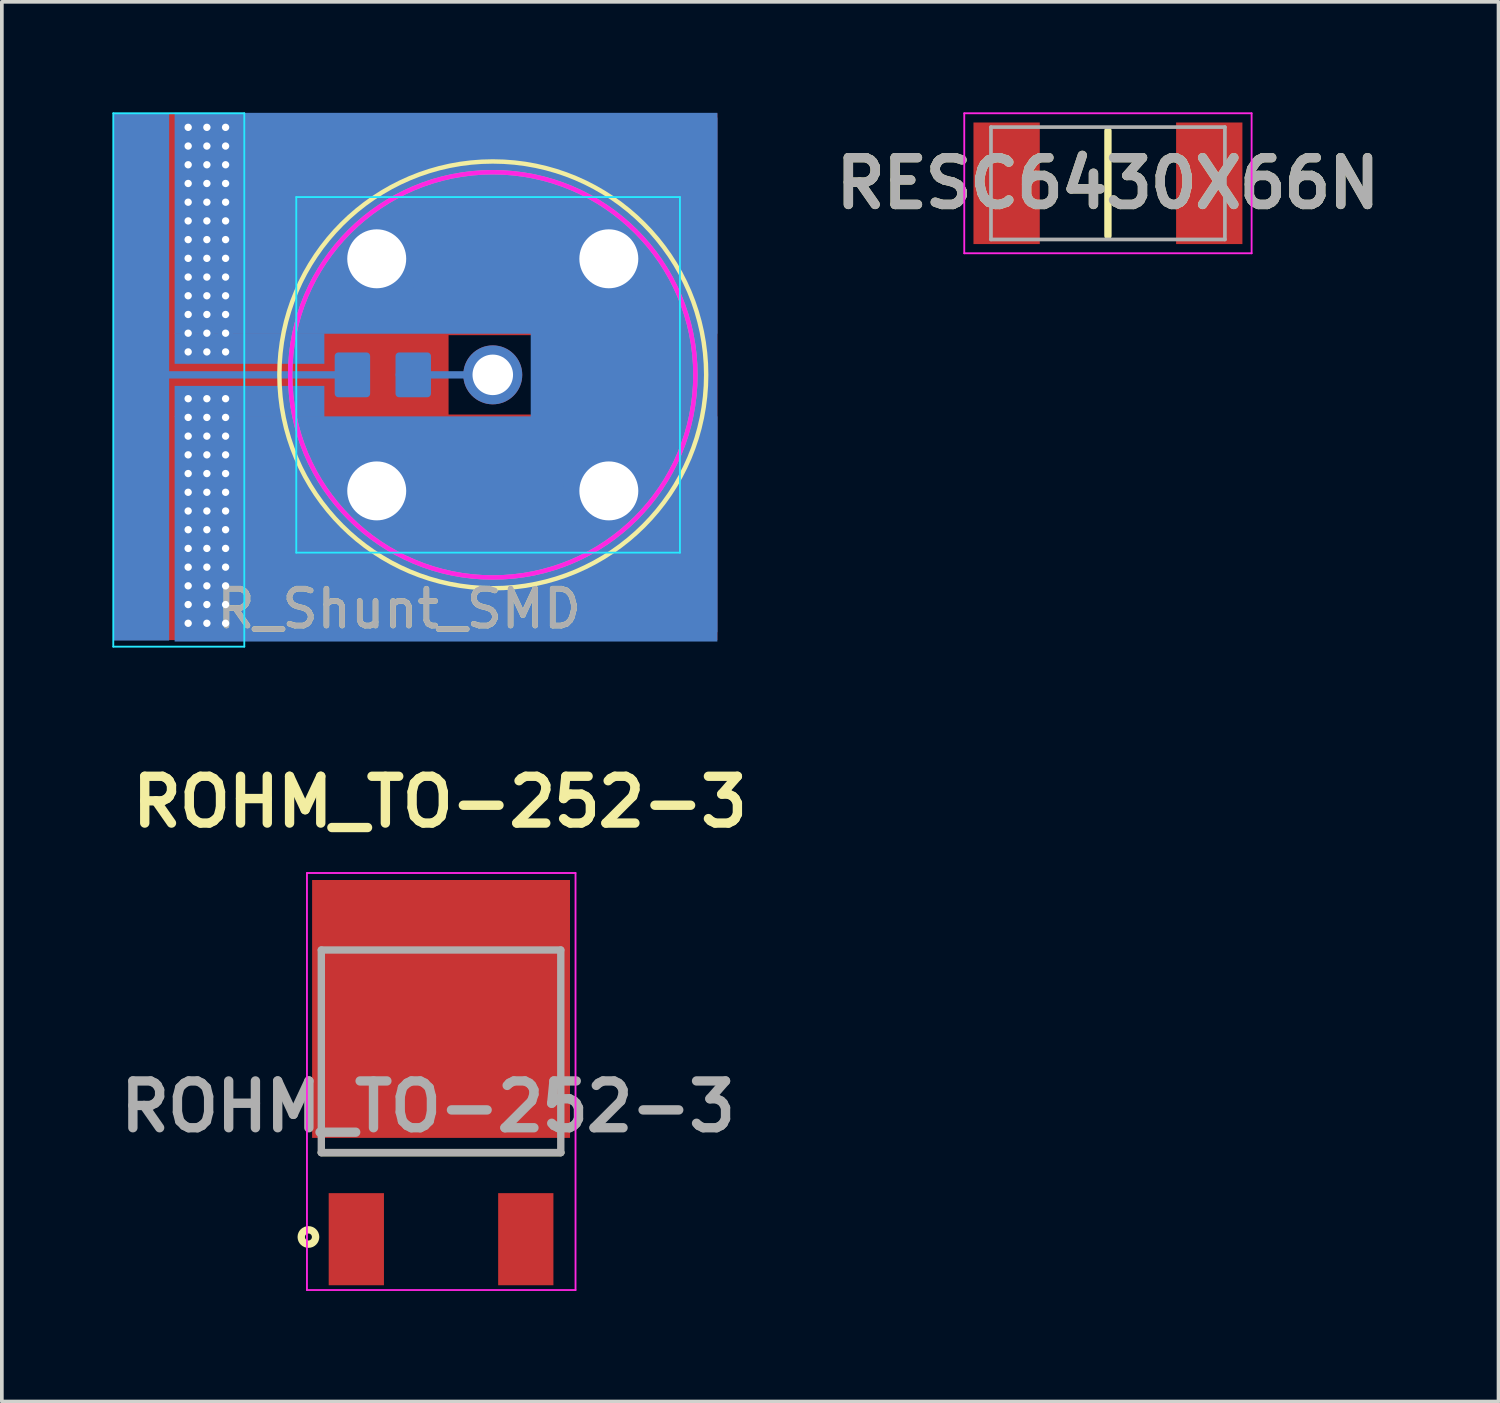
<source format=kicad_pcb>
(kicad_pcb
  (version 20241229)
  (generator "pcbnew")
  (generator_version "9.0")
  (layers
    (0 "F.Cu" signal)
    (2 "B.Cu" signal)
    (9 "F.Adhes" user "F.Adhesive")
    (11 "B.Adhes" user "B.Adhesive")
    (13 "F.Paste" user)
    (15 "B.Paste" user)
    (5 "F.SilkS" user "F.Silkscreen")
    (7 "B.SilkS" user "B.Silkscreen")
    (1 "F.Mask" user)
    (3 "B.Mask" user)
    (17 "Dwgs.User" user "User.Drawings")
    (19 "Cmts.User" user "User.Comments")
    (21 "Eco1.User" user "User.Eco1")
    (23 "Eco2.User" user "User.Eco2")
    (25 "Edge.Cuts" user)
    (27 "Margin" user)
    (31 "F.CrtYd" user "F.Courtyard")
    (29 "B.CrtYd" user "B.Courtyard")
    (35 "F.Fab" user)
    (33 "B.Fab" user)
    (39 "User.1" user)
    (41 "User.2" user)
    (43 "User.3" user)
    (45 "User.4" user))
  (footprint "RESC6430X66N"
    (layer "F.Cu")
    (at 27.024 1.925)
    (property "Reference" "RESC6430X66N" (at 0 0 0) (layer "F.SilkS") (effects (font (size 1.27 1.27) (thickness 0.254))))
    (attr smd)
    (fp_line (start 0 -1.425) (end 0 1.425) (stroke (width 0.2) (type solid)) (layer "F.SilkS"))
    (fp_line (start -3.9 -1.9) (end 3.9 -1.9) (stroke (width 0.05) (type solid)) (layer "F.CrtYd"))
    (fp_line (start -3.9 1.9) (end -3.9 -1.9) (stroke (width 0.05) (type solid)) (layer "F.CrtYd"))
    (fp_line (start 3.9 -1.9) (end 3.9 1.9) (stroke (width 0.05) (type solid)) (layer "F.CrtYd"))
    (fp_line (start 3.9 1.9) (end -3.9 1.9) (stroke (width 0.05) (type solid)) (layer "F.CrtYd"))
    (fp_line (start -3.175 -1.525) (end 3.175 -1.525) (stroke (width 0.1) (type solid)) (layer "F.Fab"))
    (fp_line (start -3.175 1.525) (end -3.175 -1.525) (stroke (width 0.1) (type solid)) (layer "F.Fab"))
    (fp_line (start 3.175 -1.525) (end 3.175 1.525) (stroke (width 0.1) (type solid)) (layer "F.Fab"))
    (fp_line (start 3.175 1.525) (end -3.175 1.525) (stroke (width 0.1) (type solid)) (layer "F.Fab"))
    (fp_text user "${REFERENCE}" (at 0 0 0) (layer "F.Fab") (effects (font (size 1.27 1.27) (thickness 0.254))))
    (pad "1" smd rect (at -2.75 0) (size 1.8 3.3) (layers "F.Cu" "F.Mask" "F.Paste"))
    (pad "2" smd rect (at 2.75 0) (size 1.8 3.3) (layers "F.Cu" "F.Mask" "F.Paste")))
  (footprint "R_Shunt_SMD"
    (layer "F.Cu")
    (at 10.326 7.125)
    (property "Reference" "R_Shunt_SMD" (at -2.54 6.35 0) (unlocked yes) (layer "F.SilkS") (effects (font (size 1 1) (thickness 0.15))))
    (attr allow_soldermask_bridges)
    (fp_rect (start -10.285 -7.088) (end -1.2 7.2) (stroke (width 0) (type solid)) (fill yes) (layer "F.Cu"))
    (fp_rect (start -3 1.077) (end 2.2 7.2) (stroke (width 0) (type solid)) (fill yes) (layer "F.Cu"))
    (fp_rect (start -2.4 -7.1) (end 2.8 -1.077) (stroke (width 0) (type solid)) (fill yes) (layer "F.Cu"))
    (fp_rect (start 1.1 -7.1) (end 6.096 7.2) (stroke (width 0) (type solid)) (fill yes) (layer "F.Cu"))
    (fp_line (start -3.81 0) (end -9.271 0) (stroke (width 0.2) (type solid)) (layer "B.Cu"))
    (fp_line (start 0 0) (end -2.54 0) (stroke (width 0.2) (type solid)) (layer "B.Cu"))
    (fp_rect (start -8.636 -7.112) (end 6.096 -1.116) (stroke (width 0) (type solid)) (fill yes) (layer "B.Cu"))
    (fp_rect (start -8.636 -1.131) (end -4.572 -0.3) (stroke (width 0) (type solid)) (fill yes) (layer "B.Cu"))
    (fp_rect (start -8.636 0.3) (end -4.572 1.143) (stroke (width 0) (type solid)) (fill yes) (layer "B.Cu"))
    (fp_rect (start -8.636 1.127) (end 6.096 7.239) (stroke (width 0) (type solid)) (fill yes) (layer "B.Cu"))
    (fp_rect (start -4.191 -0.508) (end -3.429 0.508) (stroke (width 0.2) (type solid)) (fill yes) (layer "B.Cu"))
    (fp_rect (start -2.54 -0.508) (end -1.778 0.508) (stroke (width 0.2) (type solid)) (fill yes) (layer "B.Cu"))
    (fp_rect (start 6.096 -6.985) (end 1.03 6.985) (stroke (width 0) (type solid)) (fill yes) (layer "B.Cu"))
    (fp_rect (start -10.175 -6.985) (end -8.875 7.115) (stroke (width 0.2) (type solid)) (fill yes) (layer "B.Mask"))
    (fp_rect (start -8.585 -6.985) (end -6.985 -0.366) (stroke (width 0.2) (type solid)) (fill yes) (layer "B.Mask"))
    (fp_rect (start -8.561 0.447) (end -6.961 7.147) (stroke (width 0.2) (type solid)) (fill yes) (layer "B.Mask"))
    (fp_rect (start -4.2 -0.508) (end -3.438 0.508) (stroke (width 0.2) (type solid)) (fill yes) (layer "B.Mask"))
    (fp_rect (start -2.565 -0.508) (end -1.803 0.508) (stroke (width 0.2) (type solid)) (fill yes) (layer "B.Mask"))
    (fp_circle (center 0 0) (end 5.791 0.127) (stroke (width 0.12) (type solid)) (fill no) (layer "F.SilkS"))
    (fp_rect (start -10.185 -6.988) (end -8.885 7.112) (stroke (width 0.2) (type solid)) (fill yes) (layer "B.Paste"))
    (fp_rect (start -8.585 -6.988) (end -6.985 -0.369) (stroke (width 0.2) (type solid)) (fill yes) (layer "B.Paste"))
    (fp_rect (start -8.585 0.412) (end -6.985 7.112) (stroke (width 0.2) (type solid)) (fill yes) (layer "B.Paste"))
    (fp_rect (start -4.2 -0.508) (end -3.438 0.508) (stroke (width 0.2) (type solid)) (fill yes) (layer "B.Paste"))
    (fp_rect (start -2.562 -0.508) (end -1.8 0.508) (stroke (width 0.2) (type solid)) (fill yes) (layer "B.Paste"))
    (fp_line (start -10.301 -7.1) (end -6.745 -7.1) (stroke (width 0.05) (type solid)) (layer "B.CrtYd"))
    (fp_line (start -10.301 7.378) (end -10.301 -7.1) (stroke (width 0.05) (type solid)) (layer "B.CrtYd"))
    (fp_line (start -6.745 -7.1) (end -6.745 7.378) (stroke (width 0.05) (type solid)) (layer "B.CrtYd"))
    (fp_line (start -6.745 7.378) (end -10.301 7.378) (stroke (width 0.05) (type solid)) (layer "B.CrtYd"))
    (fp_line (start -5.334 -4.826) (end 5.08 -4.826) (stroke (width 0.05) (type solid)) (layer "B.CrtYd"))
    (fp_line (start -5.334 4.826) (end -5.334 -4.826) (stroke (width 0.05) (type solid)) (layer "B.CrtYd"))
    (fp_line (start 5.08 -4.826) (end 5.08 4.826) (stroke (width 0.05) (type solid)) (layer "B.CrtYd"))
    (fp_line (start 5.08 4.826) (end -5.334 4.826) (stroke (width 0.05) (type solid)) (layer "B.CrtYd"))
    (fp_circle (center 0 0) (end 5.5 0) (stroke (width 0.12) (type solid)) (fill no) (layer "F.CrtYd"))
    (fp_circle (center 0 0) (end 5.5 0) (stroke (width 0.12) (type solid)) (fill no) (layer "F.Fab"))
    (fp_text user "${REFERENCE}" (at -2.54 6.35 0) (unlocked yes) (layer "F.Fab") (effects (font (size 1 1) (thickness 0.15))))
    (pad "" thru_hole circle (at 0 0) (size 1.6 1.6) (drill 1.1) (layers "*.Cu" "*.Mask"))
    (pad "1" smd rect (at -9.535 0.062) (size 1.5 14.3) (layers "B.Cu"))
    (pad "2" thru_hole circle (at -8.269 -6.719) (size 0.4 0.4) (drill 0.2) (layers "*.Cu" "*.Mask"))
    (pad "2" thru_hole circle (at -8.269 -6.211) (size 0.4 0.4) (drill 0.2) (layers "*.Cu" "*.Mask"))
    (pad "2" thru_hole circle (at -8.269 -5.703) (size 0.4 0.4) (drill 0.2) (layers "*.Cu" "*.Mask"))
    (pad "2" thru_hole circle (at -8.269 -5.195) (size 0.4 0.4) (drill 0.2) (layers "*.Cu" "*.Mask"))
    (pad "2" thru_hole circle (at -8.269 -4.687) (size 0.4 0.4) (drill 0.2) (layers "*.Cu" "*.Mask"))
    (pad "2" thru_hole circle (at -8.269 -4.179) (size 0.4 0.4) (drill 0.2) (layers "*.Cu" "*.Mask"))
    (pad "2" thru_hole circle (at -8.269 -3.671) (size 0.4 0.4) (drill 0.2) (layers "*.Cu" "*.Mask"))
    (pad "2" thru_hole circle (at -8.269 -3.163) (size 0.4 0.4) (drill 0.2) (layers "*.Cu" "*.Mask"))
    (pad "2" thru_hole circle (at -8.269 -2.655) (size 0.4 0.4) (drill 0.2) (layers "*.Cu" "*.Mask"))
    (pad "2" thru_hole circle (at -8.269 -2.147) (size 0.4 0.4) (drill 0.2) (layers "*.Cu" "*.Mask"))
    (pad "2" thru_hole circle (at -8.269 -1.639) (size 0.4 0.4) (drill 0.2) (layers "*.Cu" "*.Mask"))
    (pad "2" thru_hole circle (at -8.269 -1.131) (size 0.4 0.4) (drill 0.2) (layers "*.Cu" "*.Mask"))
    (pad "2" thru_hole circle (at -8.269 -0.623) (size 0.4 0.4) (drill 0.2) (layers "*.Cu" "*.Mask"))
    (pad "2" thru_hole circle (at -8.269 0.647) (size 0.4 0.4) (drill 0.2) (layers "*.Cu" "*.Mask"))
    (pad "2" thru_hole circle (at -8.269 1.155) (size 0.4 0.4) (drill 0.2) (layers "*.Cu" "*.Mask"))
    (pad "2" thru_hole circle (at -8.269 1.663) (size 0.4 0.4) (drill 0.2) (layers "*.Cu" "*.Mask"))
    (pad "2" thru_hole circle (at -8.269 2.171) (size 0.4 0.4) (drill 0.2) (layers "*.Cu" "*.Mask"))
    (pad "2" thru_hole circle (at -8.269 2.679) (size 0.4 0.4) (drill 0.2) (layers "*.Cu" "*.Mask"))
    (pad "2" thru_hole circle (at -8.269 3.187) (size 0.4 0.4) (drill 0.2) (layers "*.Cu" "*.Mask"))
    (pad "2" thru_hole circle (at -8.269 3.695) (size 0.4 0.4) (drill 0.2) (layers "*.Cu" "*.Mask"))
    (pad "2" thru_hole circle (at -8.269 4.203) (size 0.4 0.4) (drill 0.2) (layers "*.Cu" "*.Mask"))
    (pad "2" thru_hole circle (at -8.269 4.711) (size 0.4 0.4) (drill 0.2) (layers "*.Cu" "*.Mask"))
    (pad "2" thru_hole circle (at -8.269 5.219) (size 0.4 0.4) (drill 0.2) (layers "*.Cu" "*.Mask"))
    (pad "2" thru_hole circle (at -8.269 5.727) (size 0.4 0.4) (drill 0.2) (layers "*.Cu" "*.Mask"))
    (pad "2" thru_hole circle (at -8.269 6.235) (size 0.4 0.4) (drill 0.2) (layers "*.Cu" "*.Mask"))
    (pad "2" thru_hole circle (at -8.269 6.743) (size 0.4 0.4) (drill 0.2) (layers "*.Cu" "*.Mask"))
    (pad "2" thru_hole circle (at -7.761 -6.719) (size 0.4 0.4) (drill 0.2) (layers "*.Cu" "*.Mask"))
    (pad "2" thru_hole circle (at -7.761 -6.211) (size 0.4 0.4) (drill 0.2) (layers "*.Cu" "*.Mask"))
    (pad "2" thru_hole circle (at -7.761 -5.703) (size 0.4 0.4) (drill 0.2) (layers "*.Cu" "*.Mask"))
    (pad "2" thru_hole circle (at -7.761 -5.195) (size 0.4 0.4) (drill 0.2) (layers "*.Cu" "*.Mask"))
    (pad "2" thru_hole circle (at -7.761 -4.687) (size 0.4 0.4) (drill 0.2) (layers "*.Cu" "*.Mask"))
    (pad "2" thru_hole circle (at -7.761 -4.179) (size 0.4 0.4) (drill 0.2) (layers "*.Cu" "*.Mask"))
    (pad "2" thru_hole circle (at -7.761 -3.671) (size 0.4 0.4) (drill 0.2) (layers "*.Cu" "*.Mask"))
    (pad "2" thru_hole circle (at -7.761 -3.163) (size 0.4 0.4) (drill 0.2) (layers "*.Cu" "*.Mask"))
    (pad "2" thru_hole circle (at -7.761 -2.655) (size 0.4 0.4) (drill 0.2) (layers "*.Cu" "*.Mask"))
    (pad "2" thru_hole circle (at -7.761 -2.147) (size 0.4 0.4) (drill 0.2) (layers "*.Cu" "*.Mask"))
    (pad "2" thru_hole circle (at -7.761 -1.639) (size 0.4 0.4) (drill 0.2) (layers "*.Cu" "*.Mask"))
    (pad "2" thru_hole circle (at -7.761 -1.131) (size 0.4 0.4) (drill 0.2) (layers "*.Cu" "*.Mask"))
    (pad "2" thru_hole circle (at -7.761 -0.623) (size 0.4 0.4) (drill 0.2) (layers "*.Cu" "*.Mask"))
    (pad "2" thru_hole circle (at -7.761 0.647) (size 0.4 0.4) (drill 0.2) (layers "*.Cu" "*.Mask"))
    (pad "2" thru_hole circle (at -7.761 1.155) (size 0.4 0.4) (drill 0.2) (layers "*.Cu" "*.Mask"))
    (pad "2" thru_hole circle (at -7.761 1.663) (size 0.4 0.4) (drill 0.2) (layers "*.Cu" "*.Mask"))
    (pad "2" thru_hole circle (at -7.761 2.171) (size 0.4 0.4) (drill 0.2) (layers "*.Cu" "*.Mask"))
    (pad "2" thru_hole circle (at -7.761 2.679) (size 0.4 0.4) (drill 0.2) (layers "*.Cu" "*.Mask"))
    (pad "2" thru_hole circle (at -7.761 3.187) (size 0.4 0.4) (drill 0.2) (layers "*.Cu" "*.Mask"))
    (pad "2" thru_hole circle (at -7.761 3.695) (size 0.4 0.4) (drill 0.2) (layers "*.Cu" "*.Mask"))
    (pad "2" thru_hole circle (at -7.761 4.203) (size 0.4 0.4) (drill 0.2) (layers "*.Cu" "*.Mask"))
    (pad "2" thru_hole circle (at -7.761 4.711) (size 0.4 0.4) (drill 0.2) (layers "*.Cu" "*.Mask"))
    (pad "2" thru_hole circle (at -7.761 5.219) (size 0.4 0.4) (drill 0.2) (layers "*.Cu" "*.Mask"))
    (pad "2" thru_hole circle (at -7.761 5.727) (size 0.4 0.4) (drill 0.2) (layers "*.Cu" "*.Mask"))
    (pad "2" thru_hole circle (at -7.761 6.235) (size 0.4 0.4) (drill 0.2) (layers "*.Cu" "*.Mask"))
    (pad "2" thru_hole circle (at -7.761 6.743) (size 0.4 0.4) (drill 0.2) (layers "*.Cu" "*.Mask"))
    (pad "2" thru_hole circle (at -7.253 -6.719) (size 0.4 0.4) (drill 0.2) (layers "*.Cu" "*.Mask"))
    (pad "2" thru_hole circle (at -7.253 -6.211) (size 0.4 0.4) (drill 0.2) (layers "*.Cu" "*.Mask"))
    (pad "2" thru_hole circle (at -7.253 -5.703) (size 0.4 0.4) (drill 0.2) (layers "*.Cu" "*.Mask"))
    (pad "2" thru_hole circle (at -7.253 -5.195) (size 0.4 0.4) (drill 0.2) (layers "*.Cu" "*.Mask"))
    (pad "2" thru_hole circle (at -7.253 -4.687) (size 0.4 0.4) (drill 0.2) (layers "*.Cu" "*.Mask"))
    (pad "2" thru_hole circle (at -7.253 -4.179) (size 0.4 0.4) (drill 0.2) (layers "*.Cu" "*.Mask"))
    (pad "2" thru_hole circle (at -7.253 -3.671) (size 0.4 0.4) (drill 0.2) (layers "*.Cu" "*.Mask"))
    (pad "2" thru_hole circle (at -7.253 -3.163) (size 0.4 0.4) (drill 0.2) (layers "*.Cu" "*.Mask"))
    (pad "2" thru_hole circle (at -7.253 -2.655) (size 0.4 0.4) (drill 0.2) (layers "*.Cu" "*.Mask"))
    (pad "2" thru_hole circle (at -7.253 -2.147) (size 0.4 0.4) (drill 0.2) (layers "*.Cu" "*.Mask"))
    (pad "2" thru_hole circle (at -7.253 -1.639) (size 0.4 0.4) (drill 0.2) (layers "*.Cu" "*.Mask"))
    (pad "2" thru_hole circle (at -7.253 -1.131) (size 0.4 0.4) (drill 0.2) (layers "*.Cu" "*.Mask"))
    (pad "2" thru_hole circle (at -7.253 -0.623) (size 0.4 0.4) (drill 0.2) (layers "*.Cu" "*.Mask"))
    (pad "2" thru_hole circle (at -7.253 0.647) (size 0.4 0.4) (drill 0.2) (layers "*.Cu" "*.Mask"))
    (pad "2" thru_hole circle (at -7.253 1.155) (size 0.4 0.4) (drill 0.2) (layers "*.Cu" "*.Mask"))
    (pad "2" thru_hole circle (at -7.253 1.663) (size 0.4 0.4) (drill 0.2) (layers "*.Cu" "*.Mask"))
    (pad "2" thru_hole circle (at -7.253 2.171) (size 0.4 0.4) (drill 0.2) (layers "*.Cu" "*.Mask"))
    (pad "2" thru_hole circle (at -7.253 2.679) (size 0.4 0.4) (drill 0.2) (layers "*.Cu" "*.Mask"))
    (pad "2" thru_hole circle (at -7.253 3.187) (size 0.4 0.4) (drill 0.2) (layers "*.Cu" "*.Mask"))
    (pad "2" thru_hole circle (at -7.253 3.695) (size 0.4 0.4) (drill 0.2) (layers "*.Cu" "*.Mask"))
    (pad "2" thru_hole circle (at -7.253 4.203) (size 0.4 0.4) (drill 0.2) (layers "*.Cu" "*.Mask"))
    (pad "2" thru_hole circle (at -7.253 4.711) (size 0.4 0.4) (drill 0.2) (layers "*.Cu" "*.Mask"))
    (pad "2" thru_hole circle (at -7.253 5.219) (size 0.4 0.4) (drill 0.2) (layers "*.Cu" "*.Mask"))
    (pad "2" thru_hole circle (at -7.253 5.727) (size 0.4 0.4) (drill 0.2) (layers "*.Cu" "*.Mask"))
    (pad "2" thru_hole circle (at -7.253 6.235) (size 0.4 0.4) (drill 0.2) (layers "*.Cu" "*.Mask"))
    (pad "2" thru_hole circle (at -7.253 6.743) (size 0.4 0.4) (drill 0.2) (layers "*.Cu" "*.Mask"))
    (pad "2" thru_hole circle (at -3.15 -3.15) (size 2.5 2.5) (drill 1.6) (layers "*.Cu" "*.Mask"))
    (pad "2" thru_hole circle (at -3.15 3.15) (size 2.5 2.5) (drill 1.6) (layers "*.Cu" "*.Mask"))
    (pad "2" thru_hole circle (at 3.15 -3.15) (size 2.5 2.5) (drill 1.6) (layers "*.Cu" "*.Mask"))
    (pad "2" thru_hole circle (at 3.15 3.15) (size 2.5 2.5) (drill 1.6) (layers "*.Cu" "*.Mask")))
  (footprint "ROHM_TO-252-3"
    (layer "F.Cu")
    (at 8.922 22.737)
    (property "Reference" "ROHM_TO-252-3" (at -0.03 -4.02 0) (layer "F.SilkS") (effects (font (size 1.27 1.27) (thickness 0.254))))
    (attr smd)
    (fp_line (start -3.25 5.5) (end 3.25 5.5) (stroke (width 0.2) (type solid)) (layer "F.SilkS"))
    (fp_circle (center -3.6 7.79) (end -3.57 7.88) (stroke (width 0.2) (type solid)) (fill no) (layer "F.SilkS"))
    (fp_line (start -3.64 9.23) (end -3.64 -2.09) (stroke (width 0.05) (type solid)) (layer "F.CrtYd"))
    (fp_line (start 3.65 -2.09) (end -3.64 -2.09) (stroke (width 0.05) (type solid)) (layer "F.CrtYd"))
    (fp_line (start 3.65 9.23) (end -3.64 9.23) (stroke (width 0.05) (type solid)) (layer "F.CrtYd"))
    (fp_line (start 3.65 9.23) (end 3.65 -2.09) (stroke (width 0.05) (type solid)) (layer "F.CrtYd"))
    (fp_line (start -3.25 0) (end 3.25 0) (stroke (width 0.2) (type solid)) (layer "F.Fab"))
    (fp_line (start -3.25 5.5) (end -3.25 0) (stroke (width 0.2) (type solid)) (layer "F.Fab"))
    (fp_line (start 3.25 0) (end 3.25 5.5) (stroke (width 0.2) (type solid)) (layer "F.Fab"))
    (fp_line (start 3.25 5.5) (end -3.25 5.5) (stroke (width 0.2) (type solid)) (layer "F.Fab"))
    (fp_text user "${REFERENCE}" (at -0.352 4.25 0) (layer "F.Fab") (effects (font (size 1.27 1.27) (thickness 0.254))))
    (pad "1" smd rect (at -2.3 7.85) (size 1.5 2.5) (layers "F.Cu" "F.Mask" "F.Paste"))
    (pad "2" smd rect (at 2.3 7.85) (size 1.5 2.5) (layers "F.Cu" "F.Mask" "F.Paste"))
    (pad "3" smd rect (at 0 1.6 90) (size 7 7) (layers "F.Cu" "F.Mask" "F.Paste")))
  (gr_rect
    (start -3 -3)
    (end 37.626 34.992)
    (stroke (width 0.1) (type default))
    (fill no)
    (layer "Edge.Cuts")))
</source>
